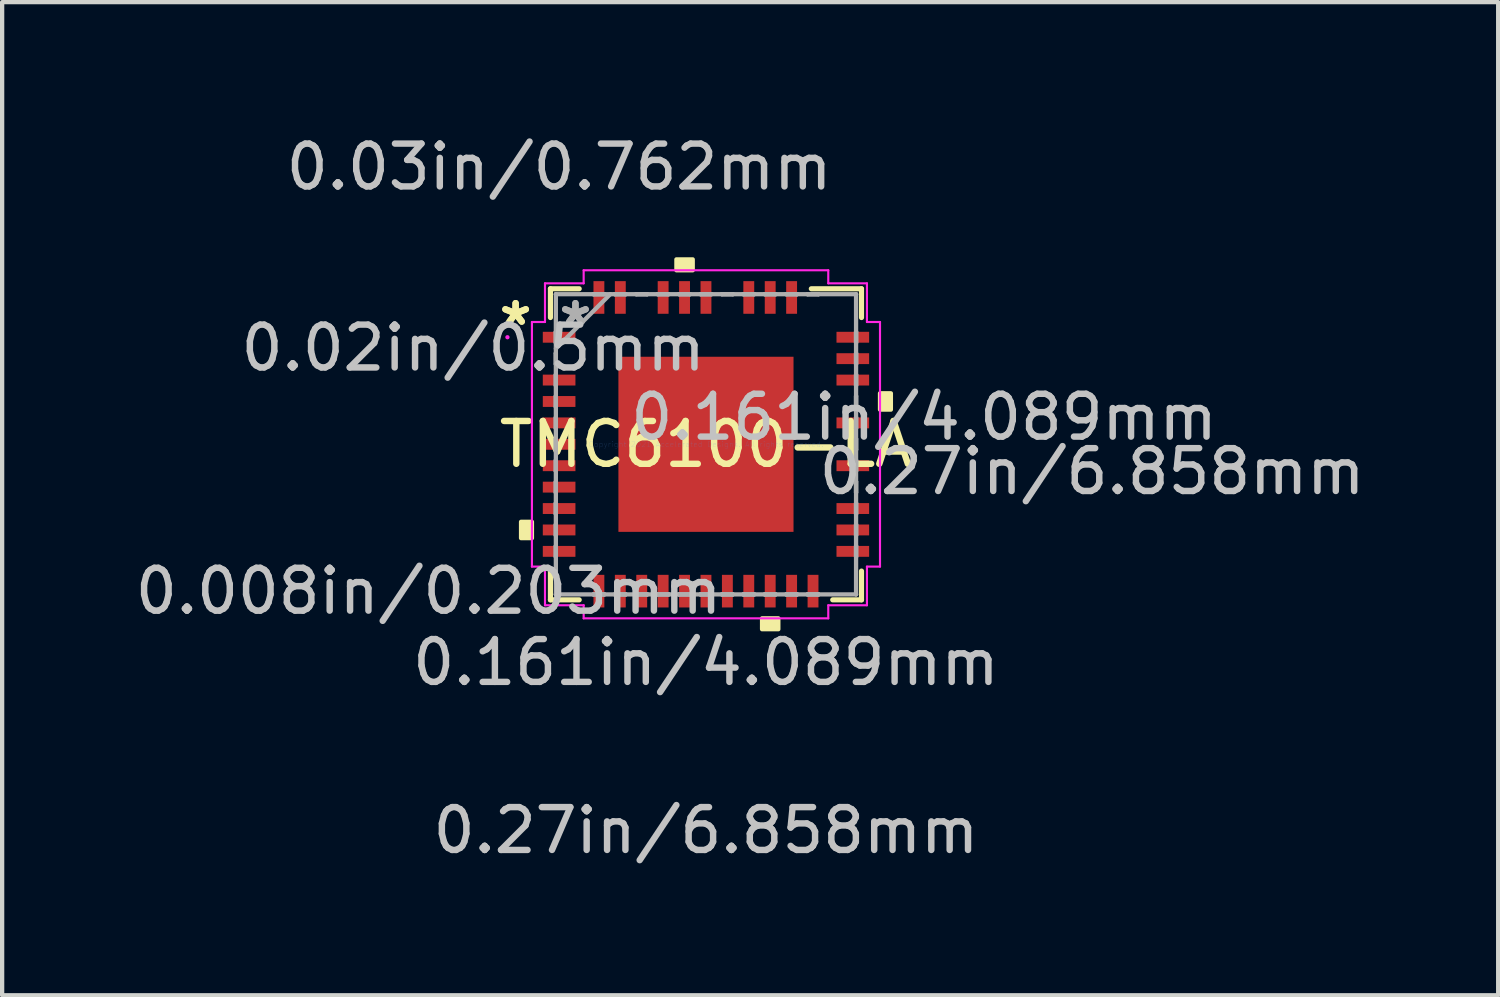
<source format=kicad_pcb>
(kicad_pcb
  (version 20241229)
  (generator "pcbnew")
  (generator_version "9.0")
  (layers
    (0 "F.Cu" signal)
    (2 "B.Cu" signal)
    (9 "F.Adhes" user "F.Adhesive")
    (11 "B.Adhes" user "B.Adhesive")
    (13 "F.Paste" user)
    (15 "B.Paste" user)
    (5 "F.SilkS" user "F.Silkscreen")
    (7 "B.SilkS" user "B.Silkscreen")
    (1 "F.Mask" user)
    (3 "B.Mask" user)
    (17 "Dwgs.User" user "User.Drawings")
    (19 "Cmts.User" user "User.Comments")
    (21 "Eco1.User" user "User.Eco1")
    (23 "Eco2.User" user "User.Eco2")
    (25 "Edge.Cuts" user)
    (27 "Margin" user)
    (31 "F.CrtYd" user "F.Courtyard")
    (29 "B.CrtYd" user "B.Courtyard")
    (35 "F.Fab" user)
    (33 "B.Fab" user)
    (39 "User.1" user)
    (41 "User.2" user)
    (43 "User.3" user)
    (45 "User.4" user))
  (footprint "TMC6100-LA"
    (layer "F.Cu")
    (at 13.435 7.325)
    (property "Reference" "TMC6100-LA" (at 0 0 0) (layer "F.SilkS") (effects (font (size 1 1) (thickness 0.15))))
    (attr through_hole)
    (fp_line (start -3.632 -3.632) (end -3.632 -2.96) (stroke (width 0.12) (type solid)) (layer "F.SilkS"))
    (fp_line (start -3.632 2.96) (end -3.632 3.632) (stroke (width 0.12) (type solid)) (layer "F.SilkS"))
    (fp_line (start -3.632 3.632) (end -2.96 3.632) (stroke (width 0.12) (type solid)) (layer "F.SilkS"))
    (fp_line (start -2.96 -3.632) (end -3.632 -3.632) (stroke (width 0.12) (type solid)) (layer "F.SilkS"))
    (fp_line (start 2.96 3.632) (end 3.632 3.632) (stroke (width 0.12) (type solid)) (layer "F.SilkS"))
    (fp_line (start 3.632 -3.632) (end 2.46 -3.632) (stroke (width 0.12) (type solid)) (layer "F.SilkS"))
    (fp_line (start 3.632 -2.96) (end 3.632 -3.632) (stroke (width 0.12) (type solid)) (layer "F.SilkS"))
    (fp_line (start 3.632 3.632) (end 3.632 2.96) (stroke (width 0.12) (type solid)) (layer "F.SilkS"))
    (fp_poly (pts (xy -4.318 1.81) (xy -4.318 2.191) (xy -4.064 2.191) (xy -4.064 1.81)) (stroke (width 0.1) (type solid)) (fill yes) (layer "F.SilkS"))
    (fp_poly (pts (xy -0.69 -4.064) (xy -0.69 -4.318) (xy -0.309 -4.318) (xy -0.309 -4.064)) (stroke (width 0.1) (type solid)) (fill yes) (layer "F.SilkS"))
    (fp_poly (pts (xy 1.31 4.064) (xy 1.31 4.318) (xy 1.69 4.318) (xy 1.69 4.064)) (stroke (width 0.1) (type solid)) (fill yes) (layer "F.SilkS"))
    (fp_poly (pts (xy 4.318 -1.191) (xy 4.318 -0.81) (xy 4.064 -0.81) (xy 4.064 -1.191)) (stroke (width 0.1) (type solid)) (fill yes) (layer "F.SilkS"))
    (fp_poly (pts (xy -1.945 -1.945) (xy -1.945 -0.782) (xy -0.782 -0.782) (xy -0.782 -1.945)) (stroke (width 0.1) (type solid)) (fill yes) (layer "F.Paste"))
    (fp_poly (pts (xy -1.945 -0.582) (xy -1.945 0.582) (xy -0.782 0.582) (xy -0.782 -0.582)) (stroke (width 0.1) (type solid)) (fill yes) (layer "F.Paste"))
    (fp_poly (pts (xy -1.945 0.782) (xy -1.945 1.945) (xy -0.782 1.945) (xy -0.782 0.782)) (stroke (width 0.1) (type solid)) (fill yes) (layer "F.Paste"))
    (fp_poly (pts (xy -0.582 -1.945) (xy -0.582 -0.782) (xy 0.582 -0.782) (xy 0.582 -1.945)) (stroke (width 0.1) (type solid)) (fill yes) (layer "F.Paste"))
    (fp_poly (pts (xy -0.582 -0.582) (xy -0.582 0.582) (xy 0.582 0.582) (xy 0.582 -0.582)) (stroke (width 0.1) (type solid)) (fill yes) (layer "F.Paste"))
    (fp_poly (pts (xy -0.582 0.782) (xy -0.582 1.945) (xy 0.582 1.945) (xy 0.582 0.782)) (stroke (width 0.1) (type solid)) (fill yes) (layer "F.Paste"))
    (fp_poly (pts (xy 0.782 -1.945) (xy 0.782 -0.782) (xy 1.945 -0.782) (xy 1.945 -1.945)) (stroke (width 0.1) (type solid)) (fill yes) (layer "F.Paste"))
    (fp_poly (pts (xy 0.782 -0.582) (xy 0.782 0.582) (xy 1.945 0.582) (xy 1.945 -0.582)) (stroke (width 0.1) (type solid)) (fill yes) (layer "F.Paste"))
    (fp_poly (pts (xy 0.782 0.782) (xy 0.782 1.945) (xy 1.945 1.945) (xy 1.945 0.782)) (stroke (width 0.1) (type solid)) (fill yes) (layer "F.Paste"))
    (fp_line (start -4.064 -2.856) (end -3.759 -2.856) (stroke (width 0.05) (type solid)) (layer "F.CrtYd"))
    (fp_line (start -4.064 2.856) (end -4.064 -2.856) (stroke (width 0.05) (type solid)) (layer "F.CrtYd"))
    (fp_line (start -3.759 -3.759) (end -2.856 -3.759) (stroke (width 0.05) (type solid)) (layer "F.CrtYd"))
    (fp_line (start -3.759 -2.856) (end -3.759 -3.759) (stroke (width 0.05) (type solid)) (layer "F.CrtYd"))
    (fp_line (start -3.759 2.856) (end -4.064 2.856) (stroke (width 0.05) (type solid)) (layer "F.CrtYd"))
    (fp_line (start -3.759 3.759) (end -3.759 2.856) (stroke (width 0.05) (type solid)) (layer "F.CrtYd"))
    (fp_line (start -2.856 -4.064) (end 2.856 -4.064) (stroke (width 0.05) (type solid)) (layer "F.CrtYd"))
    (fp_line (start -2.856 -3.759) (end -2.856 -4.064) (stroke (width 0.05) (type solid)) (layer "F.CrtYd"))
    (fp_line (start -2.856 3.759) (end -3.759 3.759) (stroke (width 0.05) (type solid)) (layer "F.CrtYd"))
    (fp_line (start -2.856 4.064) (end -2.856 3.759) (stroke (width 0.05) (type solid)) (layer "F.CrtYd"))
    (fp_line (start 2.856 -4.064) (end 2.856 -3.759) (stroke (width 0.05) (type solid)) (layer "F.CrtYd"))
    (fp_line (start 2.856 -3.759) (end 3.759 -3.759) (stroke (width 0.05) (type solid)) (layer "F.CrtYd"))
    (fp_line (start 2.856 3.759) (end 2.856 4.064) (stroke (width 0.05) (type solid)) (layer "F.CrtYd"))
    (fp_line (start 2.856 4.064) (end -2.856 4.064) (stroke (width 0.05) (type solid)) (layer "F.CrtYd"))
    (fp_line (start 3.759 -3.759) (end 3.759 -2.856) (stroke (width 0.05) (type solid)) (layer "F.CrtYd"))
    (fp_line (start 3.759 -2.856) (end 4.064 -2.856) (stroke (width 0.05) (type solid)) (layer "F.CrtYd"))
    (fp_line (start 3.759 2.856) (end 3.759 3.759) (stroke (width 0.05) (type solid)) (layer "F.CrtYd"))
    (fp_line (start 3.759 3.759) (end 2.856 3.759) (stroke (width 0.05) (type solid)) (layer "F.CrtYd"))
    (fp_line (start 4.064 -2.856) (end 4.064 2.856) (stroke (width 0.05) (type solid)) (layer "F.CrtYd"))
    (fp_line (start 4.064 2.856) (end 3.759 2.856) (stroke (width 0.05) (type solid)) (layer "F.CrtYd"))
    (fp_circle (center -4.636 -2.5) (end -4.636 -2.5) (stroke (width 0.05) (type solid)) (fill no) (layer "F.CrtYd"))
    (fp_line (start -3.505 -3.505) (end -3.505 -3.505) (stroke (width 0.1) (type solid)) (layer "F.Fab"))
    (fp_line (start -3.505 -3.505) (end -3.505 3.505) (stroke (width 0.1) (type solid)) (layer "F.Fab"))
    (fp_line (start -3.505 -2.627) (end -3.505 -2.627) (stroke (width 0.1) (type solid)) (layer "F.Fab"))
    (fp_line (start -3.505 -2.627) (end -3.505 -2.373) (stroke (width 0.1) (type solid)) (layer "F.Fab"))
    (fp_line (start -3.505 -2.373) (end -3.505 -2.627) (stroke (width 0.1) (type solid)) (layer "F.Fab"))
    (fp_line (start -3.505 -2.373) (end -3.505 -2.373) (stroke (width 0.1) (type solid)) (layer "F.Fab"))
    (fp_line (start -3.505 -2.235) (end -2.235 -3.505) (stroke (width 0.1) (type solid)) (layer "F.Fab"))
    (fp_line (start -3.505 -2.127) (end -3.505 -2.127) (stroke (width 0.1) (type solid)) (layer "F.Fab"))
    (fp_line (start -3.505 -2.127) (end -3.505 -1.873) (stroke (width 0.1) (type solid)) (layer "F.Fab"))
    (fp_line (start -3.505 -1.873) (end -3.505 -2.127) (stroke (width 0.1) (type solid)) (layer "F.Fab"))
    (fp_line (start -3.505 -1.873) (end -3.505 -1.873) (stroke (width 0.1) (type solid)) (layer "F.Fab"))
    (fp_line (start -3.505 -1.627) (end -3.505 -1.627) (stroke (width 0.1) (type solid)) (layer "F.Fab"))
    (fp_line (start -3.505 -1.627) (end -3.505 -1.373) (stroke (width 0.1) (type solid)) (layer "F.Fab"))
    (fp_line (start -3.505 -1.373) (end -3.505 -1.627) (stroke (width 0.1) (type solid)) (layer "F.Fab"))
    (fp_line (start -3.505 -1.373) (end -3.505 -1.373) (stroke (width 0.1) (type solid)) (layer "F.Fab"))
    (fp_line (start -3.505 -1.127) (end -3.505 -1.127) (stroke (width 0.1) (type solid)) (layer "F.Fab"))
    (fp_line (start -3.505 -1.127) (end -3.505 -0.873) (stroke (width 0.1) (type solid)) (layer "F.Fab"))
    (fp_line (start -3.505 -0.873) (end -3.505 -1.127) (stroke (width 0.1) (type solid)) (layer "F.Fab"))
    (fp_line (start -3.505 -0.873) (end -3.505 -0.873) (stroke (width 0.1) (type solid)) (layer "F.Fab"))
    (fp_line (start -3.505 -0.627) (end -3.505 -0.627) (stroke (width 0.1) (type solid)) (layer "F.Fab"))
    (fp_line (start -3.505 -0.627) (end -3.505 -0.373) (stroke (width 0.1) (type solid)) (layer "F.Fab"))
    (fp_line (start -3.505 -0.373) (end -3.505 -0.627) (stroke (width 0.1) (type solid)) (layer "F.Fab"))
    (fp_line (start -3.505 -0.373) (end -3.505 -0.373) (stroke (width 0.1) (type solid)) (layer "F.Fab"))
    (fp_line (start -3.505 -0.127) (end -3.505 -0.127) (stroke (width 0.1) (type solid)) (layer "F.Fab"))
    (fp_line (start -3.505 -0.127) (end -3.505 0.127) (stroke (width 0.1) (type solid)) (layer "F.Fab"))
    (fp_line (start -3.505 0.127) (end -3.505 -0.127) (stroke (width 0.1) (type solid)) (layer "F.Fab"))
    (fp_line (start -3.505 0.127) (end -3.505 0.127) (stroke (width 0.1) (type solid)) (layer "F.Fab"))
    (fp_line (start -3.505 0.373) (end -3.505 0.373) (stroke (width 0.1) (type solid)) (layer "F.Fab"))
    (fp_line (start -3.505 0.373) (end -3.505 0.627) (stroke (width 0.1) (type solid)) (layer "F.Fab"))
    (fp_line (start -3.505 0.627) (end -3.505 0.373) (stroke (width 0.1) (type solid)) (layer "F.Fab"))
    (fp_line (start -3.505 0.627) (end -3.505 0.627) (stroke (width 0.1) (type solid)) (layer "F.Fab"))
    (fp_line (start -3.505 0.873) (end -3.505 0.873) (stroke (width 0.1) (type solid)) (layer "F.Fab"))
    (fp_line (start -3.505 0.873) (end -3.505 1.127) (stroke (width 0.1) (type solid)) (layer "F.Fab"))
    (fp_line (start -3.505 1.127) (end -3.505 0.873) (stroke (width 0.1) (type solid)) (layer "F.Fab"))
    (fp_line (start -3.505 1.127) (end -3.505 1.127) (stroke (width 0.1) (type solid)) (layer "F.Fab"))
    (fp_line (start -3.505 1.373) (end -3.505 1.373) (stroke (width 0.1) (type solid)) (layer "F.Fab"))
    (fp_line (start -3.505 1.373) (end -3.505 1.627) (stroke (width 0.1) (type solid)) (layer "F.Fab"))
    (fp_line (start -3.505 1.627) (end -3.505 1.373) (stroke (width 0.1) (type solid)) (layer "F.Fab"))
    (fp_line (start -3.505 1.627) (end -3.505 1.627) (stroke (width 0.1) (type solid)) (layer "F.Fab"))
    (fp_line (start -3.505 1.873) (end -3.505 1.873) (stroke (width 0.1) (type solid)) (layer "F.Fab"))
    (fp_line (start -3.505 1.873) (end -3.505 2.127) (stroke (width 0.1) (type solid)) (layer "F.Fab"))
    (fp_line (start -3.505 2.127) (end -3.505 1.873) (stroke (width 0.1) (type solid)) (layer "F.Fab"))
    (fp_line (start -3.505 2.127) (end -3.505 2.127) (stroke (width 0.1) (type solid)) (layer "F.Fab"))
    (fp_line (start -3.505 2.373) (end -3.505 2.373) (stroke (width 0.1) (type solid)) (layer "F.Fab"))
    (fp_line (start -3.505 2.373) (end -3.505 2.627) (stroke (width 0.1) (type solid)) (layer "F.Fab"))
    (fp_line (start -3.505 2.627) (end -3.505 2.373) (stroke (width 0.1) (type solid)) (layer "F.Fab"))
    (fp_line (start -3.505 2.627) (end -3.505 2.627) (stroke (width 0.1) (type solid)) (layer "F.Fab"))
    (fp_line (start -3.505 3.505) (end -3.505 3.505) (stroke (width 0.1) (type solid)) (layer "F.Fab"))
    (fp_line (start -3.505 3.505) (end 3.505 3.505) (stroke (width 0.1) (type solid)) (layer "F.Fab"))
    (fp_line (start -2.627 -3.505) (end -2.627 -3.505) (stroke (width 0.1) (type solid)) (layer "F.Fab"))
    (fp_line (start -2.627 -3.505) (end -2.373 -3.505) (stroke (width 0.1) (type solid)) (layer "F.Fab"))
    (fp_line (start -2.627 3.505) (end -2.627 3.505) (stroke (width 0.1) (type solid)) (layer "F.Fab"))
    (fp_line (start -2.627 3.505) (end -2.373 3.505) (stroke (width 0.1) (type solid)) (layer "F.Fab"))
    (fp_line (start -2.373 -3.505) (end -2.627 -3.505) (stroke (width 0.1) (type solid)) (layer "F.Fab"))
    (fp_line (start -2.373 -3.505) (end -2.373 -3.505) (stroke (width 0.1) (type solid)) (layer "F.Fab"))
    (fp_line (start -2.373 3.505) (end -2.627 3.505) (stroke (width 0.1) (type solid)) (layer "F.Fab"))
    (fp_line (start -2.373 3.505) (end -2.373 3.505) (stroke (width 0.1) (type solid)) (layer "F.Fab"))
    (fp_line (start -2.127 -3.505) (end -2.127 -3.505) (stroke (width 0.1) (type solid)) (layer "F.Fab"))
    (fp_line (start -2.127 -3.505) (end -1.873 -3.505) (stroke (width 0.1) (type solid)) (layer "F.Fab"))
    (fp_line (start -2.127 3.505) (end -2.127 3.505) (stroke (width 0.1) (type solid)) (layer "F.Fab"))
    (fp_line (start -2.127 3.505) (end -1.873 3.505) (stroke (width 0.1) (type solid)) (layer "F.Fab"))
    (fp_line (start -1.873 -3.505) (end -2.127 -3.505) (stroke (width 0.1) (type solid)) (layer "F.Fab"))
    (fp_line (start -1.873 -3.505) (end -1.873 -3.505) (stroke (width 0.1) (type solid)) (layer "F.Fab"))
    (fp_line (start -1.873 3.505) (end -2.127 3.505) (stroke (width 0.1) (type solid)) (layer "F.Fab"))
    (fp_line (start -1.873 3.505) (end -1.873 3.505) (stroke (width 0.1) (type solid)) (layer "F.Fab"))
    (fp_line (start -1.627 -3.505) (end -1.627 -3.505) (stroke (width 0.1) (type solid)) (layer "F.Fab"))
    (fp_line (start -1.627 -3.505) (end -1.373 -3.505) (stroke (width 0.1) (type solid)) (layer "F.Fab"))
    (fp_line (start -1.627 3.505) (end -1.627 3.505) (stroke (width 0.1) (type solid)) (layer "F.Fab"))
    (fp_line (start -1.627 3.505) (end -1.373 3.505) (stroke (width 0.1) (type solid)) (layer "F.Fab"))
    (fp_line (start -1.373 -3.505) (end -1.627 -3.505) (stroke (width 0.1) (type solid)) (layer "F.Fab"))
    (fp_line (start -1.373 -3.505) (end -1.373 -3.505) (stroke (width 0.1) (type solid)) (layer "F.Fab"))
    (fp_line (start -1.373 3.505) (end -1.627 3.505) (stroke (width 0.1) (type solid)) (layer "F.Fab"))
    (fp_line (start -1.373 3.505) (end -1.373 3.505) (stroke (width 0.1) (type solid)) (layer "F.Fab"))
    (fp_line (start -1.127 -3.505) (end -1.127 -3.505) (stroke (width 0.1) (type solid)) (layer "F.Fab"))
    (fp_line (start -1.127 -3.505) (end -0.873 -3.505) (stroke (width 0.1) (type solid)) (layer "F.Fab"))
    (fp_line (start -1.127 3.505) (end -1.127 3.505) (stroke (width 0.1) (type solid)) (layer "F.Fab"))
    (fp_line (start -1.127 3.505) (end -0.873 3.505) (stroke (width 0.1) (type solid)) (layer "F.Fab"))
    (fp_line (start -0.873 -3.505) (end -1.127 -3.505) (stroke (width 0.1) (type solid)) (layer "F.Fab"))
    (fp_line (start -0.873 -3.505) (end -0.873 -3.505) (stroke (width 0.1) (type solid)) (layer "F.Fab"))
    (fp_line (start -0.873 3.505) (end -1.127 3.505) (stroke (width 0.1) (type solid)) (layer "F.Fab"))
    (fp_line (start -0.873 3.505) (end -0.873 3.505) (stroke (width 0.1) (type solid)) (layer "F.Fab"))
    (fp_line (start -0.627 -3.505) (end -0.627 -3.505) (stroke (width 0.1) (type solid)) (layer "F.Fab"))
    (fp_line (start -0.627 -3.505) (end -0.373 -3.505) (stroke (width 0.1) (type solid)) (layer "F.Fab"))
    (fp_line (start -0.627 3.505) (end -0.627 3.505) (stroke (width 0.1) (type solid)) (layer "F.Fab"))
    (fp_line (start -0.627 3.505) (end -0.373 3.505) (stroke (width 0.1) (type solid)) (layer "F.Fab"))
    (fp_line (start -0.373 -3.505) (end -0.627 -3.505) (stroke (width 0.1) (type solid)) (layer "F.Fab"))
    (fp_line (start -0.373 -3.505) (end -0.373 -3.505) (stroke (width 0.1) (type solid)) (layer "F.Fab"))
    (fp_line (start -0.373 3.505) (end -0.627 3.505) (stroke (width 0.1) (type solid)) (layer "F.Fab"))
    (fp_line (start -0.373 3.505) (end -0.373 3.505) (stroke (width 0.1) (type solid)) (layer "F.Fab"))
    (fp_line (start -0.127 -3.505) (end -0.127 -3.505) (stroke (width 0.1) (type solid)) (layer "F.Fab"))
    (fp_line (start -0.127 -3.505) (end 0.127 -3.505) (stroke (width 0.1) (type solid)) (layer "F.Fab"))
    (fp_line (start -0.127 3.505) (end -0.127 3.505) (stroke (width 0.1) (type solid)) (layer "F.Fab"))
    (fp_line (start -0.127 3.505) (end 0.127 3.505) (stroke (width 0.1) (type solid)) (layer "F.Fab"))
    (fp_line (start 0.127 -3.505) (end -0.127 -3.505) (stroke (width 0.1) (type solid)) (layer "F.Fab"))
    (fp_line (start 0.127 -3.505) (end 0.127 -3.505) (stroke (width 0.1) (type solid)) (layer "F.Fab"))
    (fp_line (start 0.127 3.505) (end -0.127 3.505) (stroke (width 0.1) (type solid)) (layer "F.Fab"))
    (fp_line (start 0.127 3.505) (end 0.127 3.505) (stroke (width 0.1) (type solid)) (layer "F.Fab"))
    (fp_line (start 0.373 -3.505) (end 0.373 -3.505) (stroke (width 0.1) (type solid)) (layer "F.Fab"))
    (fp_line (start 0.373 -3.505) (end 0.627 -3.505) (stroke (width 0.1) (type solid)) (layer "F.Fab"))
    (fp_line (start 0.373 3.505) (end 0.373 3.505) (stroke (width 0.1) (type solid)) (layer "F.Fab"))
    (fp_line (start 0.373 3.505) (end 0.627 3.505) (stroke (width 0.1) (type solid)) (layer "F.Fab"))
    (fp_line (start 0.627 -3.505) (end 0.373 -3.505) (stroke (width 0.1) (type solid)) (layer "F.Fab"))
    (fp_line (start 0.627 -3.505) (end 0.627 -3.505) (stroke (width 0.1) (type solid)) (layer "F.Fab"))
    (fp_line (start 0.627 3.505) (end 0.373 3.505) (stroke (width 0.1) (type solid)) (layer "F.Fab"))
    (fp_line (start 0.627 3.505) (end 0.627 3.505) (stroke (width 0.1) (type solid)) (layer "F.Fab"))
    (fp_line (start 0.873 -3.505) (end 0.873 -3.505) (stroke (width 0.1) (type solid)) (layer "F.Fab"))
    (fp_line (start 0.873 -3.505) (end 1.127 -3.505) (stroke (width 0.1) (type solid)) (layer "F.Fab"))
    (fp_line (start 0.873 3.505) (end 0.873 3.505) (stroke (width 0.1) (type solid)) (layer "F.Fab"))
    (fp_line (start 0.873 3.505) (end 1.127 3.505) (stroke (width 0.1) (type solid)) (layer "F.Fab"))
    (fp_line (start 1.127 -3.505) (end 0.873 -3.505) (stroke (width 0.1) (type solid)) (layer "F.Fab"))
    (fp_line (start 1.127 -3.505) (end 1.127 -3.505) (stroke (width 0.1) (type solid)) (layer "F.Fab"))
    (fp_line (start 1.127 3.505) (end 0.873 3.505) (stroke (width 0.1) (type solid)) (layer "F.Fab"))
    (fp_line (start 1.127 3.505) (end 1.127 3.505) (stroke (width 0.1) (type solid)) (layer "F.Fab"))
    (fp_line (start 1.373 -3.505) (end 1.373 -3.505) (stroke (width 0.1) (type solid)) (layer "F.Fab"))
    (fp_line (start 1.373 -3.505) (end 1.627 -3.505) (stroke (width 0.1) (type solid)) (layer "F.Fab"))
    (fp_line (start 1.373 3.505) (end 1.373 3.505) (stroke (width 0.1) (type solid)) (layer "F.Fab"))
    (fp_line (start 1.373 3.505) (end 1.627 3.505) (stroke (width 0.1) (type solid)) (layer "F.Fab"))
    (fp_line (start 1.627 -3.505) (end 1.373 -3.505) (stroke (width 0.1) (type solid)) (layer "F.Fab"))
    (fp_line (start 1.627 -3.505) (end 1.627 -3.505) (stroke (width 0.1) (type solid)) (layer "F.Fab"))
    (fp_line (start 1.627 3.505) (end 1.373 3.505) (stroke (width 0.1) (type solid)) (layer "F.Fab"))
    (fp_line (start 1.627 3.505) (end 1.627 3.505) (stroke (width 0.1) (type solid)) (layer "F.Fab"))
    (fp_line (start 1.873 -3.505) (end 1.873 -3.505) (stroke (width 0.1) (type solid)) (layer "F.Fab"))
    (fp_line (start 1.873 -3.505) (end 2.127 -3.505) (stroke (width 0.1) (type solid)) (layer "F.Fab"))
    (fp_line (start 1.873 3.505) (end 1.873 3.505) (stroke (width 0.1) (type solid)) (layer "F.Fab"))
    (fp_line (start 1.873 3.505) (end 2.127 3.505) (stroke (width 0.1) (type solid)) (layer "F.Fab"))
    (fp_line (start 2.127 -3.505) (end 1.873 -3.505) (stroke (width 0.1) (type solid)) (layer "F.Fab"))
    (fp_line (start 2.127 -3.505) (end 2.127 -3.505) (stroke (width 0.1) (type solid)) (layer "F.Fab"))
    (fp_line (start 2.127 3.505) (end 1.873 3.505) (stroke (width 0.1) (type solid)) (layer "F.Fab"))
    (fp_line (start 2.127 3.505) (end 2.127 3.505) (stroke (width 0.1) (type solid)) (layer "F.Fab"))
    (fp_line (start 2.373 -3.505) (end 2.373 -3.505) (stroke (width 0.1) (type solid)) (layer "F.Fab"))
    (fp_line (start 2.373 -3.505) (end 2.627 -3.505) (stroke (width 0.1) (type solid)) (layer "F.Fab"))
    (fp_line (start 2.373 3.505) (end 2.373 3.505) (stroke (width 0.1) (type solid)) (layer "F.Fab"))
    (fp_line (start 2.373 3.505) (end 2.627 3.505) (stroke (width 0.1) (type solid)) (layer "F.Fab"))
    (fp_line (start 2.627 -3.505) (end 2.373 -3.505) (stroke (width 0.1) (type solid)) (layer "F.Fab"))
    (fp_line (start 2.627 -3.505) (end 2.627 -3.505) (stroke (width 0.1) (type solid)) (layer "F.Fab"))
    (fp_line (start 2.627 3.505) (end 2.373 3.505) (stroke (width 0.1) (type solid)) (layer "F.Fab"))
    (fp_line (start 2.627 3.505) (end 2.627 3.505) (stroke (width 0.1) (type solid)) (layer "F.Fab"))
    (fp_line (start 3.505 -3.505) (end -3.505 -3.505) (stroke (width 0.1) (type solid)) (layer "F.Fab"))
    (fp_line (start 3.505 -3.505) (end 3.505 -3.505) (stroke (width 0.1) (type solid)) (layer "F.Fab"))
    (fp_line (start 3.505 -2.627) (end 3.505 -2.627) (stroke (width 0.1) (type solid)) (layer "F.Fab"))
    (fp_line (start 3.505 -2.627) (end 3.505 -2.373) (stroke (width 0.1) (type solid)) (layer "F.Fab"))
    (fp_line (start 3.505 -2.373) (end 3.505 -2.627) (stroke (width 0.1) (type solid)) (layer "F.Fab"))
    (fp_line (start 3.505 -2.373) (end 3.505 -2.373) (stroke (width 0.1) (type solid)) (layer "F.Fab"))
    (fp_line (start 3.505 -2.127) (end 3.505 -2.127) (stroke (width 0.1) (type solid)) (layer "F.Fab"))
    (fp_line (start 3.505 -2.127) (end 3.505 -1.873) (stroke (width 0.1) (type solid)) (layer "F.Fab"))
    (fp_line (start 3.505 -1.873) (end 3.505 -2.127) (stroke (width 0.1) (type solid)) (layer "F.Fab"))
    (fp_line (start 3.505 -1.873) (end 3.505 -1.873) (stroke (width 0.1) (type solid)) (layer "F.Fab"))
    (fp_line (start 3.505 -1.627) (end 3.505 -1.627) (stroke (width 0.1) (type solid)) (layer "F.Fab"))
    (fp_line (start 3.505 -1.627) (end 3.505 -1.373) (stroke (width 0.1) (type solid)) (layer "F.Fab"))
    (fp_line (start 3.505 -1.373) (end 3.505 -1.627) (stroke (width 0.1) (type solid)) (layer "F.Fab"))
    (fp_line (start 3.505 -1.373) (end 3.505 -1.373) (stroke (width 0.1) (type solid)) (layer "F.Fab"))
    (fp_line (start 3.505 -1.127) (end 3.505 -1.127) (stroke (width 0.1) (type solid)) (layer "F.Fab"))
    (fp_line (start 3.505 -1.127) (end 3.505 -0.873) (stroke (width 0.1) (type solid)) (layer "F.Fab"))
    (fp_line (start 3.505 -0.873) (end 3.505 -1.127) (stroke (width 0.1) (type solid)) (layer "F.Fab"))
    (fp_line (start 3.505 -0.873) (end 3.505 -0.873) (stroke (width 0.1) (type solid)) (layer "F.Fab"))
    (fp_line (start 3.505 -0.627) (end 3.505 -0.627) (stroke (width 0.1) (type solid)) (layer "F.Fab"))
    (fp_line (start 3.505 -0.627) (end 3.505 -0.373) (stroke (width 0.1) (type solid)) (layer "F.Fab"))
    (fp_line (start 3.505 -0.373) (end 3.505 -0.627) (stroke (width 0.1) (type solid)) (layer "F.Fab"))
    (fp_line (start 3.505 -0.373) (end 3.505 -0.373) (stroke (width 0.1) (type solid)) (layer "F.Fab"))
    (fp_line (start 3.505 -0.127) (end 3.505 -0.127) (stroke (width 0.1) (type solid)) (layer "F.Fab"))
    (fp_line (start 3.505 -0.127) (end 3.505 0.127) (stroke (width 0.1) (type solid)) (layer "F.Fab"))
    (fp_line (start 3.505 0.127) (end 3.505 -0.127) (stroke (width 0.1) (type solid)) (layer "F.Fab"))
    (fp_line (start 3.505 0.127) (end 3.505 0.127) (stroke (width 0.1) (type solid)) (layer "F.Fab"))
    (fp_line (start 3.505 0.373) (end 3.505 0.373) (stroke (width 0.1) (type solid)) (layer "F.Fab"))
    (fp_line (start 3.505 0.373) (end 3.505 0.627) (stroke (width 0.1) (type solid)) (layer "F.Fab"))
    (fp_line (start 3.505 0.627) (end 3.505 0.373) (stroke (width 0.1) (type solid)) (layer "F.Fab"))
    (fp_line (start 3.505 0.627) (end 3.505 0.627) (stroke (width 0.1) (type solid)) (layer "F.Fab"))
    (fp_line (start 3.505 0.873) (end 3.505 0.873) (stroke (width 0.1) (type solid)) (layer "F.Fab"))
    (fp_line (start 3.505 0.873) (end 3.505 1.127) (stroke (width 0.1) (type solid)) (layer "F.Fab"))
    (fp_line (start 3.505 1.127) (end 3.505 0.873) (stroke (width 0.1) (type solid)) (layer "F.Fab"))
    (fp_line (start 3.505 1.127) (end 3.505 1.127) (stroke (width 0.1) (type solid)) (layer "F.Fab"))
    (fp_line (start 3.505 1.373) (end 3.505 1.373) (stroke (width 0.1) (type solid)) (layer "F.Fab"))
    (fp_line (start 3.505 1.373) (end 3.505 1.627) (stroke (width 0.1) (type solid)) (layer "F.Fab"))
    (fp_line (start 3.505 1.627) (end 3.505 1.373) (stroke (width 0.1) (type solid)) (layer "F.Fab"))
    (fp_line (start 3.505 1.627) (end 3.505 1.627) (stroke (width 0.1) (type solid)) (layer "F.Fab"))
    (fp_line (start 3.505 1.873) (end 3.505 1.873) (stroke (width 0.1) (type solid)) (layer "F.Fab"))
    (fp_line (start 3.505 1.873) (end 3.505 2.127) (stroke (width 0.1) (type solid)) (layer "F.Fab"))
    (fp_line (start 3.505 2.127) (end 3.505 1.873) (stroke (width 0.1) (type solid)) (layer "F.Fab"))
    (fp_line (start 3.505 2.127) (end 3.505 2.127) (stroke (width 0.1) (type solid)) (layer "F.Fab"))
    (fp_line (start 3.505 2.373) (end 3.505 2.373) (stroke (width 0.1) (type solid)) (layer "F.Fab"))
    (fp_line (start 3.505 2.373) (end 3.505 2.627) (stroke (width 0.1) (type solid)) (layer "F.Fab"))
    (fp_line (start 3.505 2.627) (end 3.505 2.373) (stroke (width 0.1) (type solid)) (layer "F.Fab"))
    (fp_line (start 3.505 2.627) (end 3.505 2.627) (stroke (width 0.1) (type solid)) (layer "F.Fab"))
    (fp_line (start 3.505 3.505) (end 3.505 -3.505) (stroke (width 0.1) (type solid)) (layer "F.Fab"))
    (fp_line (start 3.505 3.505) (end 3.505 3.505) (stroke (width 0.1) (type solid)) (layer "F.Fab"))
    (fp_text user "*" (at -4.445 -2.75 0) (layer "F.SilkS") (effects (font (size 1 1) (thickness 0.15))))
    (fp_text user "*" (at -4.445 -2.75 0) (layer "F.SilkS") (effects (font (size 1 1) (thickness 0.15))))
    (fp_text user "0.03in/0.762mm" (at -3.429 -6.477 0) (layer "Dwgs.User") (effects (font (size 1 1) (thickness 0.15))))
    (fp_text user "0.161in/4.089mm" (at 5.093 -0.635 0) (layer "Dwgs.User") (effects (font (size 1 1) (thickness 0.15))))
    (fp_text user "0.161in/4.089mm" (at 0 5.093 0) (layer "Dwgs.User") (effects (font (size 1 1) (thickness 0.15))))
    (fp_text user "0.27in/6.858mm" (at 9.017 0.635 0) (layer "Dwgs.User") (effects (font (size 1 1) (thickness 0.15))))
    (fp_text user "0.008in/0.203mm" (at -6.477 3.429 0) (layer "Dwgs.User") (effects (font (size 1 1) (thickness 0.15))))
    (fp_text user "0.02in/0.5mm" (at -5.436 -2.25 0) (layer "Dwgs.User") (effects (font (size 1 1) (thickness 0.15))))
    (fp_text user "0.27in/6.858mm" (at 0 9.017 0) (layer "Dwgs.User") (effects (font (size 1 1) (thickness 0.15))))
    (fp_text user "Copyright 2021 Accelerated Designs. All rights reserved." (at 0 0 0) (layer "Cmts.User") (effects (font (size 0.127 0.127) (thickness 0.002))))
    (fp_text user "*" (at -3.048 -2.75 0) (layer "F.Fab") (effects (font (size 1 1) (thickness 0.15))))
    (fp_text user "*" (at -3.048 -2.75 0) (layer "F.Fab") (effects (font (size 1 1) (thickness 0.15))))
    (pad "1" smd rect (at -3.429 -2.5 90) (size 0.254 0.762) (layers "F.Cu" "F.Mask" "F.Paste"))
    (pad "2" smd rect (at -3.429 -1.5 90) (size 0.254 0.762) (layers "F.Cu" "F.Mask" "F.Paste"))
    (pad "3" smd rect (at -3.429 -1 90) (size 0.254 0.762) (layers "F.Cu" "F.Mask" "F.Paste"))
    (pad "4" smd rect (at -3.429 -0.5 90) (size 0.254 0.762) (layers "F.Cu" "F.Mask" "F.Paste"))
    (pad "5" smd rect (at -3.429 0 90) (size 0.254 0.762) (layers "F.Cu" "F.Mask" "F.Paste"))
    (pad "6" smd rect (at -3.429 0.5 90) (size 0.254 0.762) (layers "F.Cu" "F.Mask" "F.Paste"))
    (pad "7" smd rect (at -3.429 1 90) (size 0.254 0.762) (layers "F.Cu" "F.Mask" "F.Paste"))
    (pad "8" smd rect (at -3.429 1.5 90) (size 0.254 0.762) (layers "F.Cu" "F.Mask" "F.Paste"))
    (pad "9" smd rect (at -3.429 2 90) (size 0.254 0.762) (layers "F.Cu" "F.Mask" "F.Paste"))
    (pad "10" smd rect (at -3.429 2.5 90) (size 0.254 0.762) (layers "F.Cu" "F.Mask" "F.Paste"))
    (pad "11" smd rect (at -2.5 3.429) (size 0.254 0.762) (layers "F.Cu" "F.Mask" "F.Paste"))
    (pad "12" smd rect (at -2 3.429) (size 0.254 0.762) (layers "F.Cu" "F.Mask" "F.Paste"))
    (pad "13" smd rect (at -1.5 3.429) (size 0.254 0.762) (layers "F.Cu" "F.Mask" "F.Paste"))
    (pad "14" smd rect (at -1 3.429) (size 0.254 0.762) (layers "F.Cu" "F.Mask" "F.Paste"))
    (pad "15" smd rect (at -0.5 3.429) (size 0.254 0.762) (layers "F.Cu" "F.Mask" "F.Paste"))
    (pad "16" smd rect (at 0 3.429) (size 0.254 0.762) (layers "F.Cu" "F.Mask" "F.Paste"))
    (pad "17" smd rect (at 0.5 3.429) (size 0.254 0.762) (layers "F.Cu" "F.Mask" "F.Paste"))
    (pad "18" smd rect (at 1 3.429) (size 0.254 0.762) (layers "F.Cu" "F.Mask" "F.Paste"))
    (pad "19" smd rect (at 1.5 3.429) (size 0.254 0.762) (layers "F.Cu" "F.Mask" "F.Paste"))
    (pad "20" smd rect (at 2 3.429) (size 0.254 0.762) (layers "F.Cu" "F.Mask" "F.Paste"))
    (pad "21" smd rect (at 2.5 3.429) (size 0.254 0.762) (layers "F.Cu" "F.Mask" "F.Paste"))
    (pad "22" smd rect (at 3.429 2.5 90) (size 0.254 0.762) (layers "F.Cu" "F.Mask" "F.Paste"))
    (pad "23" smd rect (at 3.429 2 90) (size 0.254 0.762) (layers "F.Cu" "F.Mask" "F.Paste"))
    (pad "24" smd rect (at 3.429 1.5 90) (size 0.254 0.762) (layers "F.Cu" "F.Mask" "F.Paste"))
    (pad "25" smd rect (at 3.429 0.5 90) (size 0.254 0.762) (layers "F.Cu" "F.Mask" "F.Paste"))
    (pad "26" smd rect (at 3.429 -0.5 90) (size 0.254 0.762) (layers "F.Cu" "F.Mask" "F.Paste"))
    (pad "27" smd rect (at 3.429 -1.5 90) (size 0.254 0.762) (layers "F.Cu" "F.Mask" "F.Paste"))
    (pad "28" smd rect (at 3.429 -2 90) (size 0.254 0.762) (layers "F.Cu" "F.Mask" "F.Paste"))
    (pad "29" smd rect (at 3.429 -2.5 90) (size 0.254 0.762) (layers "F.Cu" "F.Mask" "F.Paste"))
    (pad "30" smd rect (at 2 -3.429) (size 0.254 0.762) (layers "F.Cu" "F.Mask" "F.Paste"))
    (pad "31" smd rect (at 1.5 -3.429) (size 0.254 0.762) (layers "F.Cu" "F.Mask" "F.Paste"))
    (pad "32" smd rect (at 1 -3.429) (size 0.254 0.762) (layers "F.Cu" "F.Mask" "F.Paste"))
    (pad "33" smd rect (at 0 -3.429) (size 0.254 0.762) (layers "F.Cu" "F.Mask" "F.Paste"))
    (pad "34" smd rect (at -0.5 -3.429) (size 0.254 0.762) (layers "F.Cu" "F.Mask" "F.Paste"))
    (pad "35" smd rect (at -1 -3.429) (size 0.254 0.762) (layers "F.Cu" "F.Mask" "F.Paste"))
    (pad "36" smd rect (at -2 -3.429) (size 0.254 0.762) (layers "F.Cu" "F.Mask" "F.Paste"))
    (pad "37" smd rect (at -2.5 -3.429) (size 0.254 0.762) (layers "F.Cu" "F.Mask" "F.Paste"))
    (pad "38" smd rect (at 0 0) (size 4.089 4.089) (layers "F.Cu" "F.Mask")))
  (gr_rect
    (start -3 -3)
    (end 31.934 20.191)
    (stroke (width 0.1) (type default))
    (fill no)
    (layer "Edge.Cuts")))
</source>
